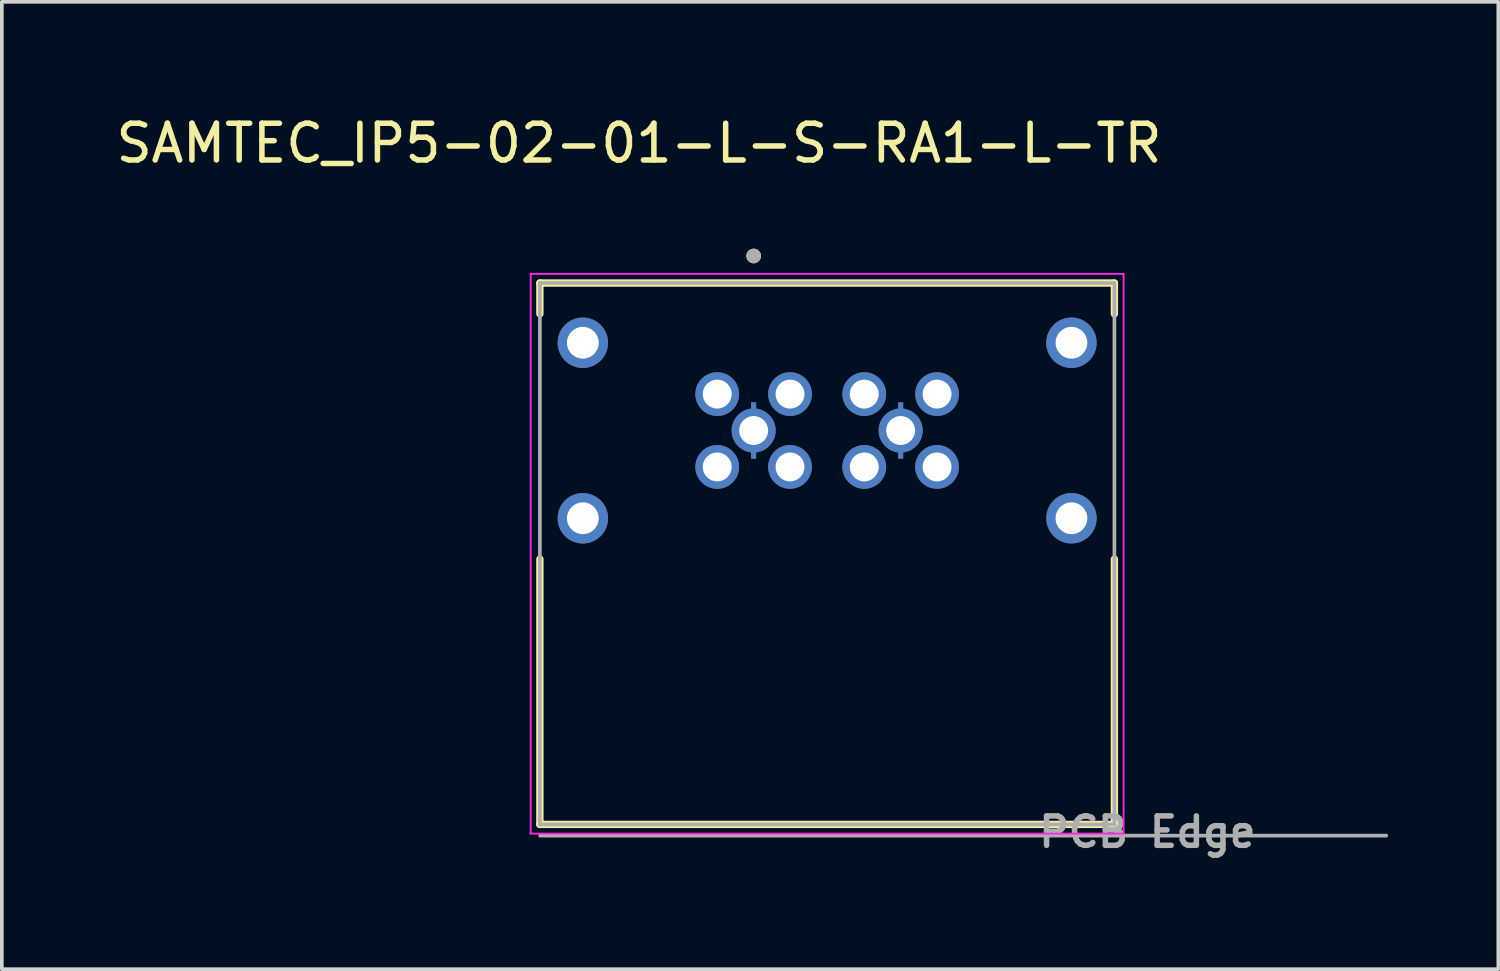
<source format=kicad_pcb>
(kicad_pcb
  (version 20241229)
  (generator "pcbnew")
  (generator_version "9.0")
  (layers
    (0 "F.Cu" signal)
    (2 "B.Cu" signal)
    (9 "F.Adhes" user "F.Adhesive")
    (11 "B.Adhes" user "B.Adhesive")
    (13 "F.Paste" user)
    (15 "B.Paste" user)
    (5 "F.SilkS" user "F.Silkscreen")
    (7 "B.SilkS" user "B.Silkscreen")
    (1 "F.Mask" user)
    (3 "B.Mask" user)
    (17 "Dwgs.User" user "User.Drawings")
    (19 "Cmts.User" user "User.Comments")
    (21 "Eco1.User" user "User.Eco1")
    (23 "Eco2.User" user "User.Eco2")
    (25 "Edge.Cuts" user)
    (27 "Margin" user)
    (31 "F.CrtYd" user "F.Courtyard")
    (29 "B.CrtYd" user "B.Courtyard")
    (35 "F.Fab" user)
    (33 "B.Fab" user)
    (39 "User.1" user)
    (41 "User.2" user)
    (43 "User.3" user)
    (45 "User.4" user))
  (footprint "SAMTEC_IP5-02-01-L-S-RA1-L-TR"
    (layer "F.Cu")
    (at 19.458 8.665)
    (property "Reference" "SAMTEC_IP5-02-01-L-S-RA1-L-TR" (at -5.119 -7.817 0) (layer "F.SilkS") (effects (font (size 1 1) (thickness 0.15))))
    (attr through_hole)
    (fp_poly (pts (xy -1.837 0.862) (xy -2.164 0.862) (xy -2.164 0.675) (xy -2.19 0.669) (xy -2.22 0.66) (xy -2.249 0.649) (xy -2.278 0.638) (xy -2.306 0.625) (xy -2.333 0.611) (xy -2.36 0.596) (xy -2.386 0.579) (xy -2.412 0.561) (xy -2.436 0.543) (xy -2.46 0.523) (xy -2.483 0.502) (xy -2.505 0.48) (xy -2.525 0.457) (xy -2.545 0.433) (xy -2.564 0.409) (xy -2.581 0.383) (xy -2.598 0.357) (xy -2.613 0.33) (xy -2.627 0.303) (xy -2.64 0.275) (xy -2.651 0.246) (xy -2.662 0.217) (xy -2.67 0.187) (xy -2.678 0.157) (xy -2.684 0.127) (xy -2.689 0.096) (xy -2.692 0.065) (xy -2.695 0.035) (xy -2.695 0) (xy -2.695 -0.035) (xy -2.692 -0.065) (xy -2.689 -0.096) (xy -2.684 -0.127) (xy -2.678 -0.157) (xy -2.67 -0.187) (xy -2.662 -0.217) (xy -2.651 -0.246) (xy -2.64 -0.275) (xy -2.627 -0.303) (xy -2.613 -0.33) (xy -2.598 -0.357) (xy -2.581 -0.383) (xy -2.564 -0.409) (xy -2.545 -0.433) (xy -2.525 -0.457) (xy -2.505 -0.48) (xy -2.483 -0.502) (xy -2.46 -0.523) (xy -2.436 -0.543) (xy -2.412 -0.561) (xy -2.386 -0.579) (xy -2.36 -0.596) (xy -2.333 -0.611) (xy -2.306 -0.625) (xy -2.278 -0.638) (xy -2.249 -0.649) (xy -2.22 -0.66) (xy -2.19 -0.669) (xy -2.164 -0.675) (xy -2.164 -0.862) (xy -1.837 -0.862) (xy -1.837 -0.675) (xy -1.81 -0.669) (xy -1.781 -0.66) (xy -1.752 -0.649) (xy -1.723 -0.638) (xy -1.695 -0.625) (xy -1.667 -0.611) (xy -1.64 -0.596) (xy -1.614 -0.579) (xy -1.589 -0.561) (xy -1.564 -0.543) (xy -1.541 -0.523) (xy -1.518 -0.502) (xy -1.496 -0.48) (xy -1.475 -0.457) (xy -1.455 -0.433) (xy -1.437 -0.409) (xy -1.419 -0.383) (xy -1.403 -0.357) (xy -1.387 -0.33) (xy -1.373 -0.303) (xy -1.361 -0.275) (xy -1.349 -0.246) (xy -1.339 -0.217) (xy -1.33 -0.187) (xy -1.322 -0.157) (xy -1.316 -0.127) (xy -1.311 -0.096) (xy -1.308 -0.065) (xy -1.306 -0.035) (xy -1.305 0) (xy -1.306 0.035) (xy -1.308 0.065) (xy -1.311 0.096) (xy -1.316 0.127) (xy -1.322 0.157) (xy -1.33 0.187) (xy -1.339 0.217) (xy -1.349 0.246) (xy -1.361 0.275) (xy -1.373 0.303) (xy -1.387 0.33) (xy -1.403 0.357) (xy -1.419 0.383) (xy -1.437 0.409) (xy -1.455 0.433) (xy -1.475 0.457) (xy -1.496 0.48) (xy -1.518 0.502) (xy -1.541 0.523) (xy -1.564 0.543) (xy -1.589 0.561) (xy -1.614 0.579) (xy -1.64 0.596) (xy -1.667 0.611) (xy -1.695 0.625) (xy -1.723 0.638) (xy -1.752 0.649) (xy -1.781 0.66) (xy -1.81 0.669) (xy -1.837 0.675) (xy -1.837 0.862) (xy -1.837 0.862)) (stroke (width 0.01) (type solid)) (fill yes) (layer "F.Mask"))
    (fp_poly (pts (xy 2.164 0.862) (xy 1.837 0.862) (xy 1.837 0.675) (xy 1.81 0.669) (xy 1.781 0.66) (xy 1.752 0.649) (xy 1.723 0.638) (xy 1.695 0.625) (xy 1.667 0.611) (xy 1.64 0.596) (xy 1.614 0.579) (xy 1.589 0.561) (xy 1.564 0.543) (xy 1.541 0.523) (xy 1.518 0.502) (xy 1.496 0.48) (xy 1.475 0.457) (xy 1.455 0.433) (xy 1.437 0.409) (xy 1.419 0.383) (xy 1.403 0.357) (xy 1.387 0.33) (xy 1.373 0.303) (xy 1.361 0.275) (xy 1.349 0.246) (xy 1.339 0.217) (xy 1.33 0.187) (xy 1.322 0.157) (xy 1.316 0.127) (xy 1.311 0.096) (xy 1.308 0.065) (xy 1.306 0.035) (xy 1.305 0) (xy 1.306 -0.035) (xy 1.308 -0.065) (xy 1.311 -0.096) (xy 1.316 -0.127) (xy 1.322 -0.157) (xy 1.33 -0.187) (xy 1.339 -0.217) (xy 1.349 -0.246) (xy 1.361 -0.275) (xy 1.373 -0.303) (xy 1.387 -0.33) (xy 1.403 -0.357) (xy 1.419 -0.383) (xy 1.437 -0.409) (xy 1.455 -0.433) (xy 1.475 -0.457) (xy 1.496 -0.48) (xy 1.518 -0.502) (xy 1.541 -0.523) (xy 1.564 -0.543) (xy 1.589 -0.561) (xy 1.614 -0.579) (xy 1.64 -0.596) (xy 1.667 -0.611) (xy 1.695 -0.625) (xy 1.723 -0.638) (xy 1.752 -0.649) (xy 1.781 -0.66) (xy 1.81 -0.669) (xy 1.837 -0.675) (xy 1.837 -0.862) (xy 2.164 -0.862) (xy 2.164 -0.675) (xy 2.19 -0.669) (xy 2.22 -0.66) (xy 2.249 -0.649) (xy 2.278 -0.638) (xy 2.306 -0.625) (xy 2.333 -0.611) (xy 2.36 -0.596) (xy 2.386 -0.579) (xy 2.412 -0.561) (xy 2.436 -0.543) (xy 2.46 -0.523) (xy 2.483 -0.502) (xy 2.505 -0.48) (xy 2.525 -0.457) (xy 2.545 -0.433) (xy 2.564 -0.409) (xy 2.581 -0.383) (xy 2.598 -0.357) (xy 2.613 -0.33) (xy 2.627 -0.303) (xy 2.64 -0.275) (xy 2.651 -0.246) (xy 2.662 -0.217) (xy 2.67 -0.187) (xy 2.678 -0.157) (xy 2.684 -0.127) (xy 2.689 -0.096) (xy 2.692 -0.065) (xy 2.695 -0.035) (xy 2.695 0) (xy 2.695 0.035) (xy 2.692 0.065) (xy 2.689 0.096) (xy 2.684 0.127) (xy 2.678 0.157) (xy 2.67 0.187) (xy 2.662 0.217) (xy 2.651 0.246) (xy 2.64 0.275) (xy 2.627 0.303) (xy 2.613 0.33) (xy 2.598 0.357) (xy 2.581 0.383) (xy 2.564 0.409) (xy 2.545 0.433) (xy 2.525 0.457) (xy 2.505 0.48) (xy 2.483 0.502) (xy 2.46 0.523) (xy 2.436 0.543) (xy 2.412 0.561) (xy 2.386 0.579) (xy 2.36 0.596) (xy 2.333 0.611) (xy 2.306 0.625) (xy 2.278 0.638) (xy 2.249 0.649) (xy 2.22 0.66) (xy 2.19 0.669) (xy 2.164 0.675) (xy 2.164 0.862) (xy 2.164 0.862)) (stroke (width 0.01) (type solid)) (fill yes) (layer "F.Mask"))
    (fp_line (start -7.817 -4.013) (end -7.817 -3.175) (stroke (width 0.2) (type solid)) (layer "F.SilkS"))
    (fp_line (start -7.817 -4.013) (end 7.817 -4.013) (stroke (width 0.2) (type solid)) (layer "F.SilkS"))
    (fp_line (start -7.817 10.719) (end -7.817 3.5) (stroke (width 0.2) (type solid)) (layer "F.SilkS"))
    (fp_line (start 7.817 -4.013) (end 7.817 -3.175) (stroke (width 0.2) (type solid)) (layer "F.SilkS"))
    (fp_line (start 7.817 10.719) (end -7.817 10.719) (stroke (width 0.2) (type solid)) (layer "F.SilkS"))
    (fp_line (start 7.817 10.719) (end 7.817 3.5) (stroke (width 0.2) (type solid)) (layer "F.SilkS"))
    (fp_circle (center -2 -4.75) (end -1.9 -4.75) (stroke (width 0.2) (type solid)) (fill no) (layer "F.SilkS"))
    (fp_poly (pts (xy -2.534 -0.546) (xy -2.407 -0.699) (xy -2.407 -1.918) (xy -3.804 -1.918) (xy -3.804 -0.14) (xy -2.534 -0.14)) (stroke (width 0.01) (type solid)) (fill yes) (layer "F.Paste"))
    (fp_poly (pts (xy -2.534 0.14) (xy -3.804 0.14) (xy -3.804 1.918) (xy -2.407 1.918) (xy -2.407 0.699) (xy -2.534 0.546)) (stroke (width 0.01) (type solid)) (fill yes) (layer "F.Paste"))
    (fp_poly (pts (xy -1.467 -0.14) (xy -0.197 -0.14) (xy -0.197 -1.918) (xy -1.594 -1.918) (xy -1.594 -0.699) (xy -1.467 -0.546)) (stroke (width 0.01) (type solid)) (fill yes) (layer "F.Paste"))
    (fp_poly (pts (xy -1.467 0.546) (xy -1.594 0.699) (xy -1.594 1.918) (xy -0.197 1.918) (xy -0.197 0.14) (xy -1.467 0.14)) (stroke (width 0.01) (type solid)) (fill yes) (layer "F.Paste"))
    (fp_poly (pts (xy 1.467 -0.546) (xy 1.594 -0.699) (xy 1.594 -1.918) (xy 0.197 -1.918) (xy 0.197 -0.14) (xy 1.467 -0.14)) (stroke (width 0.01) (type solid)) (fill yes) (layer "F.Paste"))
    (fp_poly (pts (xy 1.467 0.14) (xy 0.197 0.14) (xy 0.197 1.918) (xy 1.594 1.918) (xy 1.594 0.699) (xy 1.467 0.546)) (stroke (width 0.01) (type solid)) (fill yes) (layer "F.Paste"))
    (fp_poly (pts (xy 2.534 -0.14) (xy 3.804 -0.14) (xy 3.804 -1.918) (xy 2.407 -1.918) (xy 2.407 -0.699) (xy 2.534 -0.546)) (stroke (width 0.01) (type solid)) (fill yes) (layer "F.Paste"))
    (fp_poly (pts (xy 2.534 0.546) (xy 2.407 0.699) (xy 2.407 1.918) (xy 3.804 1.918) (xy 3.804 0.14) (xy 2.534 0.14)) (stroke (width 0.01) (type solid)) (fill yes) (layer "F.Paste"))
    (fp_poly (pts (xy -2.381 0.508) (xy -2.254 0.635) (xy -2.254 1.918) (xy -1.746 1.918) (xy -1.746 0.635) (xy -1.619 0.508) (xy -1.619 -0.508) (xy -1.746 -0.635) (xy -1.746 -1.918) (xy -2.254 -1.918) (xy -2.254 -0.635) (xy -2.381 -0.508)) (stroke (width 0.01) (type solid)) (fill yes) (layer "F.Paste"))
    (fp_poly (pts (xy 1.619 0.508) (xy 1.746 0.635) (xy 1.746 1.918) (xy 2.254 1.918) (xy 2.254 0.635) (xy 2.381 0.508) (xy 2.381 -0.508) (xy 2.254 -0.635) (xy 2.254 -1.918) (xy 1.746 -1.918) (xy 1.746 -0.635) (xy 1.619 -0.508)) (stroke (width 0.01) (type solid)) (fill yes) (layer "F.Paste"))
    (fp_poly (pts (xy -7.728 -1.994) (xy -7.726 -2.05) (xy -7.722 -2.107) (xy -7.715 -2.163) (xy -7.704 -2.218) (xy -7.691 -2.273) (xy -7.675 -2.327) (xy -7.656 -2.381) (xy -7.635 -2.433) (xy -7.61 -2.484) (xy -7.583 -2.534) (xy -7.554 -2.582) (xy -7.522 -2.628) (xy -7.487 -2.673) (xy -7.451 -2.716) (xy -7.412 -2.757) (xy -7.371 -2.796) (xy -7.328 -2.833) (xy -7.283 -2.867) (xy -7.236 -2.899) (xy -7.188 -2.929) (xy -7.139 -2.956) (xy -7.088 -2.98) (xy -7.035 -3.002) (xy -6.982 -3.021) (xy -6.928 -3.037) (xy -6.873 -3.05) (xy -6.817 -3.06) (xy -6.761 -3.067) (xy -6.705 -3.072) (xy -6.648 -3.073) (xy -6.592 -3.072) (xy -6.536 -3.067) (xy -6.48 -3.06) (xy -6.424 -3.05) (xy -6.369 -3.037) (xy -6.315 -3.021) (xy -6.262 -3.002) (xy -6.209 -2.98) (xy -6.158 -2.956) (xy -6.109 -2.929) (xy -6.061 -2.899) (xy -6.014 -2.867) (xy -5.969 -2.833) (xy -5.926 -2.796) (xy -5.885 -2.757) (xy -5.846 -2.716) (xy -5.81 -2.673) (xy -5.775 -2.628) (xy -5.743 -2.582) (xy -5.714 -2.534) (xy -5.687 -2.484) (xy -5.662 -2.433) (xy -5.641 -2.381) (xy -5.622 -2.327) (xy -5.606 -2.273) (xy -5.593 -2.218) (xy -5.582 -2.163) (xy -5.575 -2.107) (xy -5.57 -2.05) (xy -5.569 -1.994) (xy -5.57 -1.937) (xy -5.575 -1.881) (xy -5.582 -1.825) (xy -5.593 -1.769) (xy -5.606 -1.715) (xy -5.622 -1.66) (xy -5.641 -1.607) (xy -5.662 -1.555) (xy -5.687 -1.504) (xy -5.714 -1.454) (xy -5.743 -1.406) (xy -5.775 -1.359) (xy -5.81 -1.315) (xy -5.846 -1.272) (xy -5.885 -1.231) (xy -5.926 -1.192) (xy -5.969 -1.155) (xy -6.014 -1.121) (xy -6.061 -1.089) (xy -6.109 -1.059) (xy -6.158 -1.032) (xy -6.209 -1.008) (xy -6.262 -0.986) (xy -6.315 -0.967) (xy -6.369 -0.951) (xy -6.424 -0.938) (xy -6.48 -0.928) (xy -6.536 -0.92) (xy -6.592 -0.916) (xy -6.648 -0.914) (xy -6.705 -0.916) (xy -6.761 -0.92) (xy -6.817 -0.928) (xy -6.873 -0.938) (xy -6.928 -0.951) (xy -6.982 -0.967) (xy -7.035 -0.986) (xy -7.088 -1.008) (xy -7.139 -1.032) (xy -7.188 -1.059) (xy -7.236 -1.089) (xy -7.283 -1.121) (xy -7.328 -1.155) (xy -7.371 -1.192) (xy -7.412 -1.231) (xy -7.451 -1.272) (xy -7.487 -1.315) (xy -7.522 -1.359) (xy -7.554 -1.406) (xy -7.583 -1.454) (xy -7.61 -1.504) (xy -7.635 -1.555) (xy -7.656 -1.607) (xy -7.675 -1.66) (xy -7.691 -1.715) (xy -7.704 -1.769) (xy -7.715 -1.825) (xy -7.722 -1.881) (xy -7.726 -1.937) (xy -7.728 -1.994) (xy -7.728 -1.994)) (stroke (width 0.01) (type solid)) (fill yes) (layer "F.Paste"))
    (fp_poly (pts (xy -7.728 1.994) (xy -7.726 1.937) (xy -7.722 1.881) (xy -7.715 1.825) (xy -7.704 1.769) (xy -7.691 1.715) (xy -7.675 1.66) (xy -7.656 1.607) (xy -7.635 1.555) (xy -7.61 1.504) (xy -7.583 1.454) (xy -7.554 1.406) (xy -7.522 1.359) (xy -7.487 1.315) (xy -7.451 1.272) (xy -7.412 1.231) (xy -7.371 1.192) (xy -7.328 1.155) (xy -7.283 1.121) (xy -7.236 1.089) (xy -7.188 1.059) (xy -7.139 1.032) (xy -7.088 1.008) (xy -7.035 0.986) (xy -6.982 0.967) (xy -6.928 0.951) (xy -6.873 0.938) (xy -6.817 0.928) (xy -6.761 0.92) (xy -6.705 0.916) (xy -6.648 0.914) (xy -6.592 0.916) (xy -6.536 0.92) (xy -6.48 0.928) (xy -6.424 0.938) (xy -6.369 0.951) (xy -6.315 0.967) (xy -6.262 0.986) (xy -6.209 1.008) (xy -6.158 1.032) (xy -6.109 1.059) (xy -6.061 1.089) (xy -6.014 1.121) (xy -5.969 1.155) (xy -5.926 1.192) (xy -5.885 1.231) (xy -5.846 1.272) (xy -5.81 1.315) (xy -5.775 1.359) (xy -5.743 1.406) (xy -5.714 1.454) (xy -5.687 1.504) (xy -5.662 1.555) (xy -5.641 1.607) (xy -5.622 1.66) (xy -5.606 1.715) (xy -5.593 1.769) (xy -5.582 1.825) (xy -5.575 1.881) (xy -5.57 1.937) (xy -5.569 1.994) (xy -5.57 2.05) (xy -5.575 2.107) (xy -5.582 2.163) (xy -5.593 2.218) (xy -5.606 2.273) (xy -5.622 2.327) (xy -5.641 2.381) (xy -5.662 2.433) (xy -5.687 2.484) (xy -5.714 2.534) (xy -5.743 2.582) (xy -5.775 2.628) (xy -5.81 2.673) (xy -5.846 2.716) (xy -5.885 2.757) (xy -5.926 2.796) (xy -5.969 2.833) (xy -6.014 2.867) (xy -6.061 2.899) (xy -6.109 2.929) (xy -6.158 2.956) (xy -6.209 2.98) (xy -6.262 3.002) (xy -6.315 3.021) (xy -6.369 3.037) (xy -6.424 3.05) (xy -6.48 3.06) (xy -6.536 3.067) (xy -6.592 3.072) (xy -6.648 3.073) (xy -6.705 3.072) (xy -6.761 3.067) (xy -6.817 3.06) (xy -6.873 3.05) (xy -6.928 3.037) (xy -6.982 3.021) (xy -7.035 3.002) (xy -7.088 2.98) (xy -7.139 2.956) (xy -7.188 2.929) (xy -7.236 2.899) (xy -7.283 2.867) (xy -7.328 2.833) (xy -7.371 2.796) (xy -7.412 2.757) (xy -7.451 2.716) (xy -7.487 2.673) (xy -7.522 2.628) (xy -7.554 2.582) (xy -7.583 2.534) (xy -7.61 2.484) (xy -7.635 2.433) (xy -7.656 2.381) (xy -7.675 2.327) (xy -7.691 2.273) (xy -7.704 2.218) (xy -7.715 2.163) (xy -7.722 2.107) (xy -7.726 2.05) (xy -7.728 1.994) (xy -7.728 1.994)) (stroke (width 0.01) (type solid)) (fill yes) (layer "F.Paste"))
    (fp_poly (pts (xy 5.569 -1.994) (xy 5.57 -2.05) (xy 5.575 -2.107) (xy 5.582 -2.163) (xy 5.593 -2.218) (xy 5.606 -2.273) (xy 5.622 -2.327) (xy 5.641 -2.381) (xy 5.662 -2.433) (xy 5.687 -2.484) (xy 5.714 -2.534) (xy 5.743 -2.582) (xy 5.775 -2.628) (xy 5.81 -2.673) (xy 5.846 -2.716) (xy 5.885 -2.757) (xy 5.926 -2.796) (xy 5.969 -2.833) (xy 6.014 -2.867) (xy 6.061 -2.899) (xy 6.109 -2.929) (xy 6.158 -2.956) (xy 6.209 -2.98) (xy 6.262 -3.002) (xy 6.315 -3.021) (xy 6.369 -3.037) (xy 6.424 -3.05) (xy 6.48 -3.06) (xy 6.536 -3.067) (xy 6.592 -3.072) (xy 6.648 -3.073) (xy 6.705 -3.072) (xy 6.761 -3.067) (xy 6.817 -3.06) (xy 6.873 -3.05) (xy 6.928 -3.037) (xy 6.982 -3.021) (xy 7.035 -3.002) (xy 7.088 -2.98) (xy 7.139 -2.956) (xy 7.188 -2.929) (xy 7.236 -2.899) (xy 7.283 -2.867) (xy 7.328 -2.833) (xy 7.371 -2.796) (xy 7.412 -2.757) (xy 7.451 -2.716) (xy 7.487 -2.673) (xy 7.522 -2.628) (xy 7.554 -2.582) (xy 7.583 -2.534) (xy 7.61 -2.484) (xy 7.635 -2.433) (xy 7.656 -2.381) (xy 7.675 -2.327) (xy 7.691 -2.273) (xy 7.704 -2.218) (xy 7.715 -2.163) (xy 7.722 -2.107) (xy 7.726 -2.05) (xy 7.728 -1.994) (xy 7.726 -1.937) (xy 7.722 -1.881) (xy 7.715 -1.825) (xy 7.704 -1.769) (xy 7.691 -1.715) (xy 7.675 -1.66) (xy 7.656 -1.607) (xy 7.635 -1.555) (xy 7.61 -1.504) (xy 7.583 -1.454) (xy 7.554 -1.406) (xy 7.522 -1.359) (xy 7.487 -1.315) (xy 7.451 -1.272) (xy 7.412 -1.231) (xy 7.371 -1.192) (xy 7.328 -1.155) (xy 7.283 -1.121) (xy 7.236 -1.089) (xy 7.188 -1.059) (xy 7.139 -1.032) (xy 7.088 -1.008) (xy 7.035 -0.986) (xy 6.982 -0.967) (xy 6.928 -0.951) (xy 6.873 -0.938) (xy 6.817 -0.928) (xy 6.761 -0.92) (xy 6.705 -0.916) (xy 6.648 -0.914) (xy 6.592 -0.916) (xy 6.536 -0.92) (xy 6.48 -0.928) (xy 6.424 -0.938) (xy 6.369 -0.951) (xy 6.315 -0.967) (xy 6.262 -0.986) (xy 6.209 -1.008) (xy 6.158 -1.032) (xy 6.109 -1.059) (xy 6.061 -1.089) (xy 6.014 -1.121) (xy 5.969 -1.155) (xy 5.926 -1.192) (xy 5.885 -1.231) (xy 5.846 -1.272) (xy 5.81 -1.315) (xy 5.775 -1.359) (xy 5.743 -1.406) (xy 5.714 -1.454) (xy 5.687 -1.504) (xy 5.662 -1.555) (xy 5.641 -1.607) (xy 5.622 -1.66) (xy 5.606 -1.715) (xy 5.593 -1.769) (xy 5.582 -1.825) (xy 5.575 -1.881) (xy 5.57 -1.937) (xy 5.569 -1.994) (xy 5.569 -1.994)) (stroke (width 0.01) (type solid)) (fill yes) (layer "F.Paste"))
    (fp_poly (pts (xy 5.569 1.994) (xy 5.57 1.937) (xy 5.575 1.881) (xy 5.582 1.825) (xy 5.593 1.769) (xy 5.606 1.715) (xy 5.622 1.66) (xy 5.641 1.607) (xy 5.662 1.555) (xy 5.687 1.504) (xy 5.714 1.454) (xy 5.743 1.406) (xy 5.775 1.359) (xy 5.81 1.315) (xy 5.846 1.272) (xy 5.885 1.231) (xy 5.926 1.192) (xy 5.969 1.155) (xy 6.014 1.121) (xy 6.061 1.089) (xy 6.109 1.059) (xy 6.158 1.032) (xy 6.209 1.008) (xy 6.262 0.986) (xy 6.315 0.967) (xy 6.369 0.951) (xy 6.424 0.938) (xy 6.48 0.928) (xy 6.536 0.92) (xy 6.592 0.916) (xy 6.648 0.914) (xy 6.705 0.916) (xy 6.761 0.92) (xy 6.817 0.928) (xy 6.873 0.938) (xy 6.928 0.951) (xy 6.982 0.967) (xy 7.035 0.986) (xy 7.088 1.008) (xy 7.139 1.032) (xy 7.188 1.059) (xy 7.236 1.089) (xy 7.283 1.121) (xy 7.328 1.155) (xy 7.371 1.192) (xy 7.412 1.231) (xy 7.451 1.272) (xy 7.487 1.315) (xy 7.522 1.359) (xy 7.554 1.406) (xy 7.583 1.454) (xy 7.61 1.504) (xy 7.635 1.555) (xy 7.656 1.607) (xy 7.675 1.66) (xy 7.691 1.715) (xy 7.704 1.769) (xy 7.715 1.825) (xy 7.722 1.881) (xy 7.726 1.937) (xy 7.728 1.994) (xy 7.726 2.05) (xy 7.722 2.107) (xy 7.715 2.163) (xy 7.704 2.218) (xy 7.691 2.273) (xy 7.675 2.327) (xy 7.656 2.381) (xy 7.635 2.433) (xy 7.61 2.484) (xy 7.583 2.534) (xy 7.554 2.582) (xy 7.522 2.628) (xy 7.487 2.673) (xy 7.451 2.716) (xy 7.412 2.757) (xy 7.371 2.796) (xy 7.328 2.833) (xy 7.283 2.867) (xy 7.236 2.899) (xy 7.188 2.929) (xy 7.139 2.956) (xy 7.088 2.98) (xy 7.035 3.002) (xy 6.982 3.021) (xy 6.928 3.037) (xy 6.873 3.05) (xy 6.817 3.06) (xy 6.761 3.067) (xy 6.705 3.072) (xy 6.648 3.073) (xy 6.592 3.072) (xy 6.536 3.067) (xy 6.48 3.06) (xy 6.424 3.05) (xy 6.369 3.037) (xy 6.315 3.021) (xy 6.262 3.002) (xy 6.209 2.98) (xy 6.158 2.956) (xy 6.109 2.929) (xy 6.061 2.899) (xy 6.014 2.867) (xy 5.969 2.833) (xy 5.926 2.796) (xy 5.885 2.757) (xy 5.846 2.716) (xy 5.81 2.673) (xy 5.775 2.628) (xy 5.743 2.582) (xy 5.714 2.534) (xy 5.687 2.484) (xy 5.662 2.433) (xy 5.641 2.381) (xy 5.622 2.327) (xy 5.606 2.273) (xy 5.593 2.218) (xy 5.582 2.163) (xy 5.575 2.107) (xy 5.57 2.05) (xy 5.569 1.994) (xy 5.569 1.994)) (stroke (width 0.01) (type solid)) (fill yes) (layer "F.Paste"))
    (fp_poly (pts (xy -3.385 -1.384) (xy -2.597 -1.384) (xy -2.597 -0.597) (xy -3.385 -0.597)) (stroke (width 0.01) (type solid)) (fill yes) (layer "B.Paste"))
    (fp_poly (pts (xy -3.385 0.597) (xy -2.597 0.597) (xy -2.597 1.384) (xy -3.385 1.384)) (stroke (width 0.01) (type solid)) (fill yes) (layer "B.Paste"))
    (fp_poly (pts (xy -2.394 -0.394) (xy -1.607 -0.394) (xy -1.607 0.394) (xy -2.394 0.394)) (stroke (width 0.01) (type solid)) (fill yes) (layer "B.Paste"))
    (fp_poly (pts (xy -1.403 -1.384) (xy -0.616 -1.384) (xy -0.616 -0.597) (xy -1.403 -0.597)) (stroke (width 0.01) (type solid)) (fill yes) (layer "B.Paste"))
    (fp_poly (pts (xy -1.403 0.597) (xy -0.616 0.597) (xy -0.616 1.384) (xy -1.403 1.384)) (stroke (width 0.01) (type solid)) (fill yes) (layer "B.Paste"))
    (fp_poly (pts (xy 0.616 -1.384) (xy 1.403 -1.384) (xy 1.403 -0.597) (xy 0.616 -0.597)) (stroke (width 0.01) (type solid)) (fill yes) (layer "B.Paste"))
    (fp_poly (pts (xy 0.616 0.597) (xy 1.403 0.597) (xy 1.403 1.384) (xy 0.616 1.384)) (stroke (width 0.01) (type solid)) (fill yes) (layer "B.Paste"))
    (fp_poly (pts (xy 1.607 -0.394) (xy 2.394 -0.394) (xy 2.394 0.394) (xy 1.607 0.394)) (stroke (width 0.01) (type solid)) (fill yes) (layer "B.Paste"))
    (fp_poly (pts (xy 2.597 -1.384) (xy 3.385 -1.384) (xy 3.385 -0.597) (xy 2.597 -0.597)) (stroke (width 0.01) (type solid)) (fill yes) (layer "B.Paste"))
    (fp_poly (pts (xy 2.597 0.597) (xy 3.385 0.597) (xy 3.385 1.384) (xy 2.597 1.384)) (stroke (width 0.01) (type solid)) (fill yes) (layer "B.Paste"))
    (fp_poly (pts (xy -7.728 -1.994) (xy -7.726 -2.05) (xy -7.722 -2.107) (xy -7.715 -2.163) (xy -7.704 -2.218) (xy -7.691 -2.273) (xy -7.675 -2.327) (xy -7.656 -2.381) (xy -7.635 -2.433) (xy -7.61 -2.484) (xy -7.583 -2.534) (xy -7.554 -2.582) (xy -7.522 -2.628) (xy -7.487 -2.673) (xy -7.451 -2.716) (xy -7.412 -2.757) (xy -7.371 -2.796) (xy -7.328 -2.833) (xy -7.283 -2.867) (xy -7.236 -2.899) (xy -7.188 -2.929) (xy -7.139 -2.956) (xy -7.088 -2.98) (xy -7.035 -3.002) (xy -6.982 -3.021) (xy -6.928 -3.037) (xy -6.873 -3.05) (xy -6.817 -3.06) (xy -6.761 -3.067) (xy -6.705 -3.072) (xy -6.648 -3.073) (xy -6.592 -3.072) (xy -6.536 -3.067) (xy -6.48 -3.06) (xy -6.424 -3.05) (xy -6.369 -3.037) (xy -6.315 -3.021) (xy -6.262 -3.002) (xy -6.209 -2.98) (xy -6.158 -2.956) (xy -6.109 -2.929) (xy -6.061 -2.899) (xy -6.014 -2.867) (xy -5.969 -2.833) (xy -5.926 -2.796) (xy -5.885 -2.757) (xy -5.846 -2.716) (xy -5.81 -2.673) (xy -5.775 -2.628) (xy -5.743 -2.582) (xy -5.714 -2.534) (xy -5.687 -2.484) (xy -5.662 -2.433) (xy -5.641 -2.381) (xy -5.622 -2.327) (xy -5.606 -2.273) (xy -5.593 -2.218) (xy -5.582 -2.163) (xy -5.575 -2.107) (xy -5.57 -2.05) (xy -5.569 -1.994) (xy -5.57 -1.937) (xy -5.575 -1.881) (xy -5.582 -1.825) (xy -5.593 -1.769) (xy -5.606 -1.715) (xy -5.622 -1.66) (xy -5.641 -1.607) (xy -5.662 -1.555) (xy -5.687 -1.504) (xy -5.714 -1.454) (xy -5.743 -1.406) (xy -5.775 -1.359) (xy -5.81 -1.315) (xy -5.846 -1.272) (xy -5.885 -1.231) (xy -5.926 -1.192) (xy -5.969 -1.155) (xy -6.014 -1.121) (xy -6.061 -1.089) (xy -6.109 -1.059) (xy -6.158 -1.032) (xy -6.209 -1.008) (xy -6.262 -0.986) (xy -6.315 -0.967) (xy -6.369 -0.951) (xy -6.424 -0.938) (xy -6.48 -0.928) (xy -6.536 -0.92) (xy -6.592 -0.916) (xy -6.648 -0.914) (xy -6.705 -0.916) (xy -6.761 -0.92) (xy -6.817 -0.928) (xy -6.873 -0.938) (xy -6.928 -0.951) (xy -6.982 -0.967) (xy -7.035 -0.986) (xy -7.088 -1.008) (xy -7.139 -1.032) (xy -7.188 -1.059) (xy -7.236 -1.089) (xy -7.283 -1.121) (xy -7.328 -1.155) (xy -7.371 -1.192) (xy -7.412 -1.231) (xy -7.451 -1.272) (xy -7.487 -1.315) (xy -7.522 -1.359) (xy -7.554 -1.406) (xy -7.583 -1.454) (xy -7.61 -1.504) (xy -7.635 -1.555) (xy -7.656 -1.607) (xy -7.675 -1.66) (xy -7.691 -1.715) (xy -7.704 -1.769) (xy -7.715 -1.825) (xy -7.722 -1.881) (xy -7.726 -1.937) (xy -7.728 -1.994) (xy -7.728 -1.994)) (stroke (width 0.01) (type solid)) (fill yes) (layer "B.Paste"))
    (fp_poly (pts (xy -7.728 1.994) (xy -7.726 1.937) (xy -7.722 1.881) (xy -7.715 1.825) (xy -7.704 1.769) (xy -7.691 1.715) (xy -7.675 1.66) (xy -7.656 1.607) (xy -7.635 1.555) (xy -7.61 1.504) (xy -7.583 1.454) (xy -7.554 1.406) (xy -7.522 1.359) (xy -7.487 1.315) (xy -7.451 1.272) (xy -7.412 1.231) (xy -7.371 1.192) (xy -7.328 1.155) (xy -7.283 1.121) (xy -7.236 1.089) (xy -7.188 1.059) (xy -7.139 1.032) (xy -7.088 1.008) (xy -7.035 0.986) (xy -6.982 0.967) (xy -6.928 0.951) (xy -6.873 0.938) (xy -6.817 0.928) (xy -6.761 0.92) (xy -6.705 0.916) (xy -6.648 0.914) (xy -6.592 0.916) (xy -6.536 0.92) (xy -6.48 0.928) (xy -6.424 0.938) (xy -6.369 0.951) (xy -6.315 0.967) (xy -6.262 0.986) (xy -6.209 1.008) (xy -6.158 1.032) (xy -6.109 1.059) (xy -6.061 1.089) (xy -6.014 1.121) (xy -5.969 1.155) (xy -5.926 1.192) (xy -5.885 1.231) (xy -5.846 1.272) (xy -5.81 1.315) (xy -5.775 1.359) (xy -5.743 1.406) (xy -5.714 1.454) (xy -5.687 1.504) (xy -5.662 1.555) (xy -5.641 1.607) (xy -5.622 1.66) (xy -5.606 1.715) (xy -5.593 1.769) (xy -5.582 1.825) (xy -5.575 1.881) (xy -5.57 1.937) (xy -5.569 1.994) (xy -5.57 2.05) (xy -5.575 2.107) (xy -5.582 2.163) (xy -5.593 2.218) (xy -5.606 2.273) (xy -5.622 2.327) (xy -5.641 2.381) (xy -5.662 2.433) (xy -5.687 2.484) (xy -5.714 2.534) (xy -5.743 2.582) (xy -5.775 2.628) (xy -5.81 2.673) (xy -5.846 2.716) (xy -5.885 2.757) (xy -5.926 2.796) (xy -5.969 2.833) (xy -6.014 2.867) (xy -6.061 2.899) (xy -6.109 2.929) (xy -6.158 2.956) (xy -6.209 2.98) (xy -6.262 3.002) (xy -6.315 3.021) (xy -6.369 3.037) (xy -6.424 3.05) (xy -6.48 3.06) (xy -6.536 3.067) (xy -6.592 3.072) (xy -6.648 3.073) (xy -6.705 3.072) (xy -6.761 3.067) (xy -6.817 3.06) (xy -6.873 3.05) (xy -6.928 3.037) (xy -6.982 3.021) (xy -7.035 3.002) (xy -7.088 2.98) (xy -7.139 2.956) (xy -7.188 2.929) (xy -7.236 2.899) (xy -7.283 2.867) (xy -7.328 2.833) (xy -7.371 2.796) (xy -7.412 2.757) (xy -7.451 2.716) (xy -7.487 2.673) (xy -7.522 2.628) (xy -7.554 2.582) (xy -7.583 2.534) (xy -7.61 2.484) (xy -7.635 2.433) (xy -7.656 2.381) (xy -7.675 2.327) (xy -7.691 2.273) (xy -7.704 2.218) (xy -7.715 2.163) (xy -7.722 2.107) (xy -7.726 2.05) (xy -7.728 1.994) (xy -7.728 1.994)) (stroke (width 0.01) (type solid)) (fill yes) (layer "B.Paste"))
    (fp_poly (pts (xy 5.569 -1.994) (xy 5.57 -2.05) (xy 5.575 -2.107) (xy 5.582 -2.163) (xy 5.593 -2.218) (xy 5.606 -2.273) (xy 5.622 -2.327) (xy 5.641 -2.381) (xy 5.662 -2.433) (xy 5.687 -2.484) (xy 5.714 -2.534) (xy 5.743 -2.582) (xy 5.775 -2.628) (xy 5.81 -2.673) (xy 5.846 -2.716) (xy 5.885 -2.757) (xy 5.926 -2.796) (xy 5.969 -2.833) (xy 6.014 -2.867) (xy 6.061 -2.899) (xy 6.109 -2.929) (xy 6.158 -2.956) (xy 6.209 -2.98) (xy 6.262 -3.002) (xy 6.315 -3.021) (xy 6.369 -3.037) (xy 6.424 -3.05) (xy 6.48 -3.06) (xy 6.536 -3.067) (xy 6.592 -3.072) (xy 6.648 -3.073) (xy 6.705 -3.072) (xy 6.761 -3.067) (xy 6.817 -3.06) (xy 6.873 -3.05) (xy 6.928 -3.037) (xy 6.982 -3.021) (xy 7.035 -3.002) (xy 7.088 -2.98) (xy 7.139 -2.956) (xy 7.188 -2.929) (xy 7.236 -2.899) (xy 7.283 -2.867) (xy 7.328 -2.833) (xy 7.371 -2.796) (xy 7.412 -2.757) (xy 7.451 -2.716) (xy 7.487 -2.673) (xy 7.522 -2.628) (xy 7.554 -2.582) (xy 7.583 -2.534) (xy 7.61 -2.484) (xy 7.635 -2.433) (xy 7.656 -2.381) (xy 7.675 -2.327) (xy 7.691 -2.273) (xy 7.704 -2.218) (xy 7.715 -2.163) (xy 7.722 -2.107) (xy 7.726 -2.05) (xy 7.728 -1.994) (xy 7.726 -1.937) (xy 7.722 -1.881) (xy 7.715 -1.825) (xy 7.704 -1.769) (xy 7.691 -1.715) (xy 7.675 -1.66) (xy 7.656 -1.607) (xy 7.635 -1.555) (xy 7.61 -1.504) (xy 7.583 -1.454) (xy 7.554 -1.406) (xy 7.522 -1.359) (xy 7.487 -1.315) (xy 7.451 -1.272) (xy 7.412 -1.231) (xy 7.371 -1.192) (xy 7.328 -1.155) (xy 7.283 -1.121) (xy 7.236 -1.089) (xy 7.188 -1.059) (xy 7.139 -1.032) (xy 7.088 -1.008) (xy 7.035 -0.986) (xy 6.982 -0.967) (xy 6.928 -0.951) (xy 6.873 -0.938) (xy 6.817 -0.928) (xy 6.761 -0.92) (xy 6.705 -0.916) (xy 6.648 -0.914) (xy 6.592 -0.916) (xy 6.536 -0.92) (xy 6.48 -0.928) (xy 6.424 -0.938) (xy 6.369 -0.951) (xy 6.315 -0.967) (xy 6.262 -0.986) (xy 6.209 -1.008) (xy 6.158 -1.032) (xy 6.109 -1.059) (xy 6.061 -1.089) (xy 6.014 -1.121) (xy 5.969 -1.155) (xy 5.926 -1.192) (xy 5.885 -1.231) (xy 5.846 -1.272) (xy 5.81 -1.315) (xy 5.775 -1.359) (xy 5.743 -1.406) (xy 5.714 -1.454) (xy 5.687 -1.504) (xy 5.662 -1.555) (xy 5.641 -1.607) (xy 5.622 -1.66) (xy 5.606 -1.715) (xy 5.593 -1.769) (xy 5.582 -1.825) (xy 5.575 -1.881) (xy 5.57 -1.937) (xy 5.569 -1.994) (xy 5.569 -1.994)) (stroke (width 0.01) (type solid)) (fill yes) (layer "B.Paste"))
    (fp_poly (pts (xy 5.569 1.994) (xy 5.57 1.937) (xy 5.575 1.881) (xy 5.582 1.825) (xy 5.593 1.769) (xy 5.606 1.715) (xy 5.622 1.66) (xy 5.641 1.607) (xy 5.662 1.555) (xy 5.687 1.504) (xy 5.714 1.454) (xy 5.743 1.406) (xy 5.775 1.359) (xy 5.81 1.315) (xy 5.846 1.272) (xy 5.885 1.231) (xy 5.926 1.192) (xy 5.969 1.155) (xy 6.014 1.121) (xy 6.061 1.089) (xy 6.109 1.059) (xy 6.158 1.032) (xy 6.209 1.008) (xy 6.262 0.986) (xy 6.315 0.967) (xy 6.369 0.951) (xy 6.424 0.938) (xy 6.48 0.928) (xy 6.536 0.92) (xy 6.592 0.916) (xy 6.648 0.914) (xy 6.705 0.916) (xy 6.761 0.92) (xy 6.817 0.928) (xy 6.873 0.938) (xy 6.928 0.951) (xy 6.982 0.967) (xy 7.035 0.986) (xy 7.088 1.008) (xy 7.139 1.032) (xy 7.188 1.059) (xy 7.236 1.089) (xy 7.283 1.121) (xy 7.328 1.155) (xy 7.371 1.192) (xy 7.412 1.231) (xy 7.451 1.272) (xy 7.487 1.315) (xy 7.522 1.359) (xy 7.554 1.406) (xy 7.583 1.454) (xy 7.61 1.504) (xy 7.635 1.555) (xy 7.656 1.607) (xy 7.675 1.66) (xy 7.691 1.715) (xy 7.704 1.769) (xy 7.715 1.825) (xy 7.722 1.881) (xy 7.726 1.937) (xy 7.728 1.994) (xy 7.726 2.05) (xy 7.722 2.107) (xy 7.715 2.163) (xy 7.704 2.218) (xy 7.691 2.273) (xy 7.675 2.327) (xy 7.656 2.381) (xy 7.635 2.433) (xy 7.61 2.484) (xy 7.583 2.534) (xy 7.554 2.582) (xy 7.522 2.628) (xy 7.487 2.673) (xy 7.451 2.716) (xy 7.412 2.757) (xy 7.371 2.796) (xy 7.328 2.833) (xy 7.283 2.867) (xy 7.236 2.899) (xy 7.188 2.929) (xy 7.139 2.956) (xy 7.088 2.98) (xy 7.035 3.002) (xy 6.982 3.021) (xy 6.928 3.037) (xy 6.873 3.05) (xy 6.817 3.06) (xy 6.761 3.067) (xy 6.705 3.072) (xy 6.648 3.073) (xy 6.592 3.072) (xy 6.536 3.067) (xy 6.48 3.06) (xy 6.424 3.05) (xy 6.369 3.037) (xy 6.315 3.021) (xy 6.262 3.002) (xy 6.209 2.98) (xy 6.158 2.956) (xy 6.109 2.929) (xy 6.061 2.899) (xy 6.014 2.867) (xy 5.969 2.833) (xy 5.926 2.796) (xy 5.885 2.757) (xy 5.846 2.716) (xy 5.81 2.673) (xy 5.775 2.628) (xy 5.743 2.582) (xy 5.714 2.534) (xy 5.687 2.484) (xy 5.662 2.433) (xy 5.641 2.381) (xy 5.622 2.327) (xy 5.606 2.273) (xy 5.593 2.218) (xy 5.582 2.163) (xy 5.575 2.107) (xy 5.57 2.05) (xy 5.569 1.994) (xy 5.569 1.994)) (stroke (width 0.01) (type solid)) (fill yes) (layer "B.Paste"))
    (fp_line (start -8.067 -4.263) (end 8.067 -4.263) (stroke (width 0.05) (type solid)) (layer "F.CrtYd"))
    (fp_line (start -8.067 10.969) (end -8.067 -4.263) (stroke (width 0.05) (type solid)) (layer "F.CrtYd"))
    (fp_line (start 8.067 -4.263) (end 8.067 10.969) (stroke (width 0.05) (type solid)) (layer "F.CrtYd"))
    (fp_line (start 8.067 10.969) (end -8.067 10.969) (stroke (width 0.05) (type solid)) (layer "F.CrtYd"))
    (fp_line (start -7.817 -4.013) (end 7.817 -4.013) (stroke (width 0.1) (type solid)) (layer "F.Fab"))
    (fp_line (start -7.817 10.719) (end -7.817 -4.013) (stroke (width 0.1) (type solid)) (layer "F.Fab"))
    (fp_line (start 7.817 -4.013) (end 7.817 10.719) (stroke (width 0.1) (type solid)) (layer "F.Fab"))
    (fp_line (start 7.817 10.719) (end -7.817 10.719) (stroke (width 0.1) (type solid)) (layer "F.Fab"))
    (fp_line (start 15.214 11.024) (end -7.811 11.024) (stroke (width 0.1) (type solid)) (layer "F.Fab"))
    (fp_circle (center -2 -4.75) (end -1.9 -4.75) (stroke (width 0.2) (type solid)) (fill no) (layer "F.Fab"))
    (fp_text user "PCB Edge" (at 8.714 10.925 0) (layer "F.Fab") (effects (font (size 0.8 0.8) (thickness 0.15))))
    (pad "1" thru_hole custom (at -2 0) (size 1.19 1.19) (drill 0.787) (layers "*.Cu" "*.Mask") (options (anchor circle)) (primitives (gr_poly (pts (xy -0.064 0.592) (xy -0.064 0.762) (xy 0.063 0.762) (xy 0.063 0.592) (xy 0.096 0.587) (xy 0.125 0.582) (xy 0.153 0.575) (xy 0.181 0.566) (xy 0.208 0.557) (xy 0.235 0.546) (xy 0.261 0.534) (xy 0.287 0.52) (xy 0.312 0.505) (xy 0.336 0.489) (xy 0.359 0.472) (xy 0.382 0.454) (xy 0.404 0.435) (xy 0.424 0.415) (xy 0.444 0.393) (xy 0.463 0.371) (xy 0.48 0.348) (xy 0.497 0.324) (xy 0.512 0.3) (xy 0.526 0.274) (xy 0.539 0.248) (xy 0.551 0.222) (xy 0.561 0.195) (xy 0.57 0.167) (xy 0.577 0.139) (xy 0.584 0.111) (xy 0.588 0.082) (xy 0.592 0.054) (xy 0.594 0.025) (xy 0.595 0) (xy 0.594 -0.025) (xy 0.592 -0.054) (xy 0.588 -0.082) (xy 0.584 -0.111) (xy 0.577 -0.139) (xy 0.57 -0.167) (xy 0.561 -0.195) (xy 0.551 -0.222) (xy 0.539 -0.248) (xy 0.526 -0.274) (xy 0.512 -0.3) (xy 0.497 -0.324) (xy 0.48 -0.348) (xy 0.463 -0.371) (xy 0.444 -0.393) (xy 0.424 -0.415) (xy 0.404 -0.435) (xy 0.382 -0.454) (xy 0.359 -0.472) (xy 0.336 -0.489) (xy 0.312 -0.505) (xy 0.287 -0.52) (xy 0.261 -0.534) (xy 0.235 -0.546) (xy 0.208 -0.557) (xy 0.181 -0.566) (xy 0.153 -0.575) (xy 0.125 -0.582) (xy 0.096 -0.587) (xy 0.063 -0.592) (xy 0.063 -0.762) (xy -0.064 -0.762) (xy -0.064 -0.592) (xy -0.097 -0.587) (xy -0.125 -0.582) (xy -0.153 -0.575) (xy -0.181 -0.566) (xy -0.208 -0.557) (xy -0.235 -0.546) (xy -0.262 -0.534) (xy -0.287 -0.52) (xy -0.312 -0.505) (xy -0.336 -0.489) (xy -0.36 -0.472) (xy -0.382 -0.454) (xy -0.404 -0.435) (xy -0.425 -0.415) (xy -0.445 -0.393) (xy -0.463 -0.371) (xy -0.481 -0.348) (xy -0.497 -0.324) (xy -0.513 -0.3) (xy -0.527 -0.274) (xy -0.539 -0.248) (xy -0.551 -0.222) (xy -0.561 -0.195) (xy -0.57 -0.167) (xy -0.578 -0.139) (xy -0.584 -0.111) (xy -0.589 -0.082) (xy -0.592 -0.054) (xy -0.595 -0.025) (xy -0.595 0) (xy -0.595 0.025) (xy -0.592 0.054) (xy -0.589 0.082) (xy -0.584 0.111) (xy -0.578 0.139) (xy -0.57 0.167) (xy -0.561 0.195) (xy -0.551 0.222) (xy -0.539 0.248) (xy -0.527 0.274) (xy -0.513 0.3) (xy -0.497 0.324) (xy -0.481 0.348) (xy -0.463 0.371) (xy -0.445 0.393) (xy -0.425 0.415) (xy -0.404 0.435) (xy -0.382 0.454) (xy -0.36 0.472) (xy -0.336 0.489) (xy -0.312 0.505) (xy -0.287 0.52) (xy -0.262 0.534) (xy -0.235 0.546) (xy -0.208 0.557) (xy -0.181 0.566) (xy -0.153 0.575) (xy -0.125 0.582) (xy -0.097 0.587) (xy -0.064 0.592) (xy -0.064 0.592)) (width 0.01) (fill yes))))
    (pad "2" thru_hole custom (at 2 0) (size 1.19 1.19) (drill 0.787) (layers "*.Cu" "*.Mask") (options (anchor circle)) (primitives (gr_poly (pts (xy -0.064 0.592) (xy -0.063 0.762) (xy 0.064 0.762) (xy 0.064 0.592) (xy 0.097 0.587) (xy 0.125 0.582) (xy 0.153 0.575) (xy 0.181 0.566) (xy 0.208 0.557) (xy 0.235 0.546) (xy 0.262 0.534) (xy 0.287 0.52) (xy 0.312 0.505) (xy 0.336 0.489) (xy 0.36 0.472) (xy 0.382 0.454) (xy 0.404 0.435) (xy 0.425 0.415) (xy 0.445 0.393) (xy 0.463 0.371) (xy 0.481 0.348) (xy 0.497 0.324) (xy 0.513 0.3) (xy 0.527 0.274) (xy 0.539 0.248) (xy 0.551 0.222) (xy 0.561 0.195) (xy 0.57 0.167) (xy 0.578 0.139) (xy 0.584 0.111) (xy 0.589 0.082) (xy 0.592 0.054) (xy 0.595 0.025) (xy 0.595 0) (xy 0.595 -0.025) (xy 0.592 -0.054) (xy 0.589 -0.082) (xy 0.584 -0.111) (xy 0.578 -0.139) (xy 0.57 -0.167) (xy 0.561 -0.195) (xy 0.551 -0.222) (xy 0.539 -0.248) (xy 0.527 -0.274) (xy 0.513 -0.3) (xy 0.497 -0.324) (xy 0.481 -0.348) (xy 0.463 -0.371) (xy 0.445 -0.393) (xy 0.425 -0.415) (xy 0.404 -0.435) (xy 0.382 -0.454) (xy 0.36 -0.472) (xy 0.336 -0.489) (xy 0.312 -0.505) (xy 0.287 -0.52) (xy 0.262 -0.534) (xy 0.235 -0.546) (xy 0.208 -0.557) (xy 0.181 -0.566) (xy 0.153 -0.575) (xy 0.125 -0.582) (xy 0.097 -0.587) (xy 0.064 -0.592) (xy 0.064 -0.762) (xy -0.063 -0.762) (xy -0.063 -0.592) (xy -0.096 -0.587) (xy -0.125 -0.582) (xy -0.153 -0.575) (xy -0.181 -0.566) (xy -0.208 -0.557) (xy -0.235 -0.546) (xy -0.261 -0.534) (xy -0.287 -0.52) (xy -0.312 -0.505) (xy -0.336 -0.489) (xy -0.359 -0.472) (xy -0.382 -0.454) (xy -0.404 -0.435) (xy -0.424 -0.415) (xy -0.444 -0.393) (xy -0.463 -0.371) (xy -0.48 -0.348) (xy -0.497 -0.324) (xy -0.512 -0.3) (xy -0.526 -0.274) (xy -0.539 -0.248) (xy -0.551 -0.222) (xy -0.561 -0.195) (xy -0.57 -0.167) (xy -0.577 -0.139) (xy -0.584 -0.111) (xy -0.588 -0.082) (xy -0.592 -0.054) (xy -0.594 -0.025) (xy -0.595 0) (xy -0.594 0.025) (xy -0.592 0.054) (xy -0.588 0.082) (xy -0.584 0.111) (xy -0.577 0.139) (xy -0.57 0.167) (xy -0.561 0.195) (xy -0.551 0.222) (xy -0.539 0.248) (xy -0.526 0.274) (xy -0.512 0.3) (xy -0.497 0.324) (xy -0.48 0.348) (xy -0.463 0.371) (xy -0.444 0.393) (xy -0.424 0.415) (xy -0.404 0.435) (xy -0.382 0.454) (xy -0.359 0.472) (xy -0.336 0.489) (xy -0.312 0.505) (xy -0.287 0.52) (xy -0.261 0.534) (xy -0.235 0.546) (xy -0.208 0.557) (xy -0.181 0.566) (xy -0.153 0.575) (xy -0.125 0.582) (xy -0.096 0.587) (xy -0.063 0.592) (xy -0.064 0.592)) (width 0.01) (fill yes))))
    (pad "3" thru_hole circle (at -2.991 -0.991) (size 1.19 1.19) (drill 0.787) (layers "*.Cu" "*.Mask"))
    (pad "3" thru_hole circle (at -2.991 0.991) (size 1.19 1.19) (drill 0.787) (layers "*.Cu" "*.Mask"))
    (pad "3" thru_hole circle (at -1.01 -0.991) (size 1.19 1.19) (drill 0.787) (layers "*.Cu" "*.Mask"))
    (pad "3" thru_hole circle (at -1.01 0.991) (size 1.19 1.19) (drill 0.787) (layers "*.Cu" "*.Mask"))
    (pad "3" thru_hole circle (at 1.01 -0.991) (size 1.19 1.19) (drill 0.787) (layers "*.Cu" "*.Mask"))
    (pad "3" thru_hole circle (at 1.01 0.991) (size 1.19 1.19) (drill 0.787) (layers "*.Cu" "*.Mask"))
    (pad "3" thru_hole circle (at 2.991 -0.991) (size 1.19 1.19) (drill 0.787) (layers "*.Cu" "*.Mask"))
    (pad "3" thru_hole circle (at 2.991 0.991) (size 1.19 1.19) (drill 0.787) (layers "*.Cu" "*.Mask"))
    (pad "S1" thru_hole circle (at -6.648 -2.388) (size 1.372 1.372) (drill 0.864) (layers "*.Cu" "*.Mask"))
    (pad "S2" thru_hole circle (at -6.648 2.388) (size 1.372 1.372) (drill 0.864) (layers "*.Cu" "*.Mask"))
    (pad "S3" thru_hole circle (at 6.648 -2.388) (size 1.372 1.372) (drill 0.864) (layers "*.Cu" "*.Mask"))
    (pad "S4" thru_hole circle (at 6.648 2.388) (size 1.372 1.372) (drill 0.864) (layers "*.Cu" "*.Mask")))
  (gr_rect
    (start -3 -3)
    (end 37.722 23.322)
    (stroke (width 0.1) (type default))
    (fill no)
    (layer "Edge.Cuts")))
</source>
